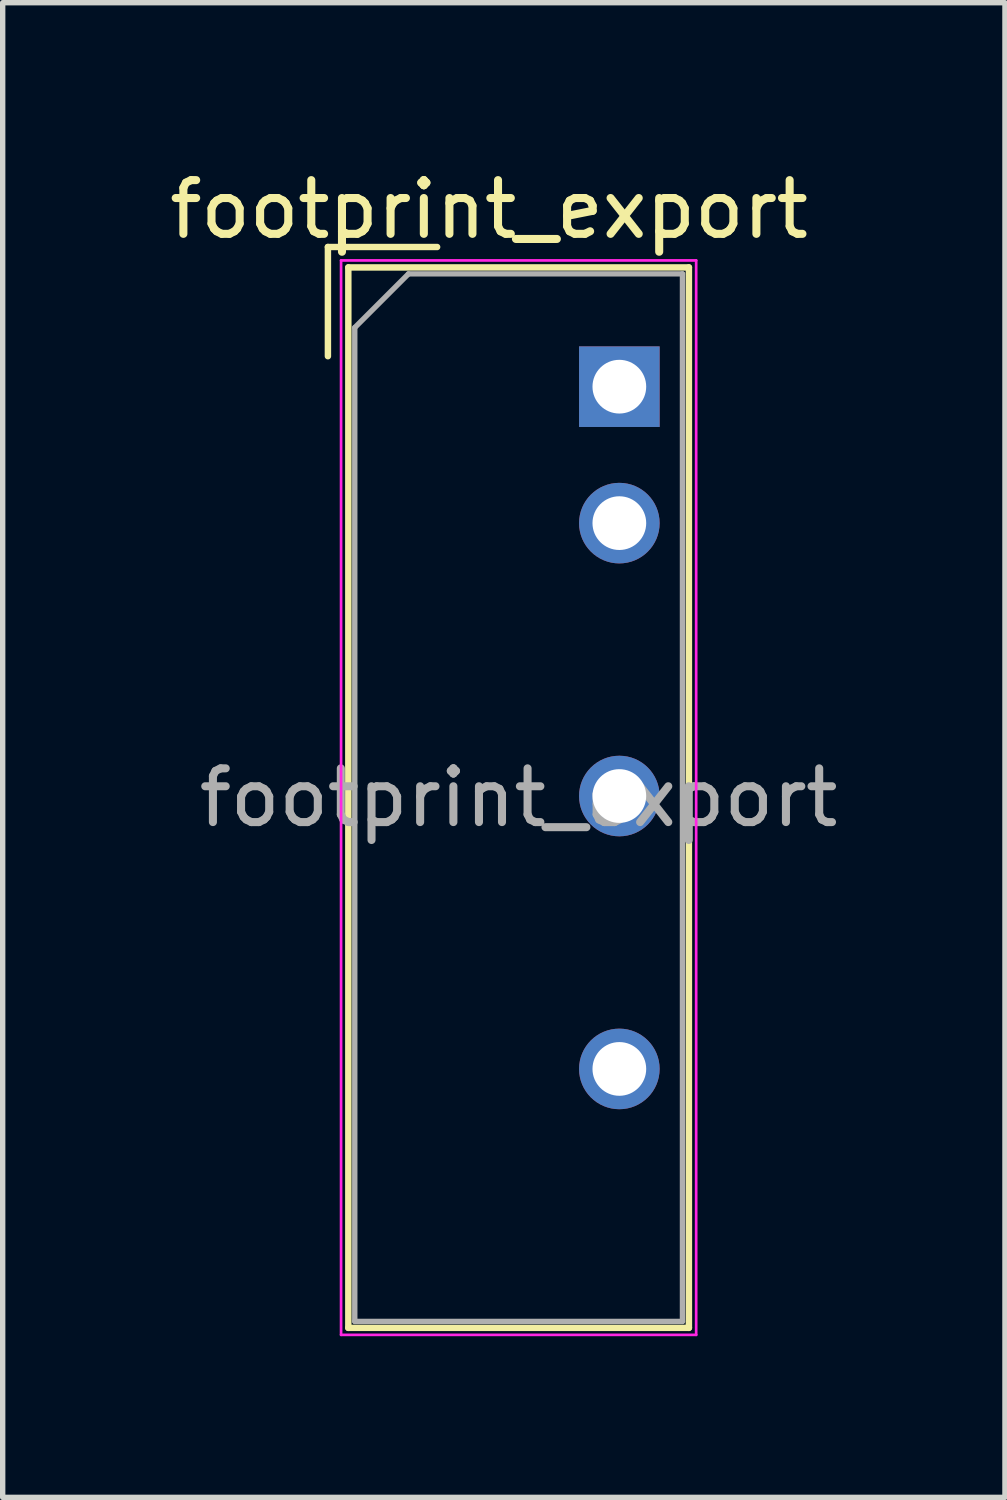
<source format=kicad_pcb>
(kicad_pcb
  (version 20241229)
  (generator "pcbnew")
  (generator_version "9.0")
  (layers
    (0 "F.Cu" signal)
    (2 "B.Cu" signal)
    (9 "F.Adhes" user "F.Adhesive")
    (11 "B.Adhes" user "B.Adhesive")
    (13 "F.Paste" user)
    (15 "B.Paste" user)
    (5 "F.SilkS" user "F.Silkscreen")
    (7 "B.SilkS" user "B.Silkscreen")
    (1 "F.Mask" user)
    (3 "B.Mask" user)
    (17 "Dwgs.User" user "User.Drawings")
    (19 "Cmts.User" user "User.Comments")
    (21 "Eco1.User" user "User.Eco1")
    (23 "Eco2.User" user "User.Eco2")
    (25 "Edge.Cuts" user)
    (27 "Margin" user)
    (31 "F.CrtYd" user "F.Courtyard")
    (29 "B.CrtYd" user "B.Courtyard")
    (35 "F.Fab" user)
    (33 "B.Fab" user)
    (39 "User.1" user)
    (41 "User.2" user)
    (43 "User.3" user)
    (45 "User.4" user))
  (footprint "footprint_export"
    (layer "F.Cu")
    (at 8.479 4.148)
    (property "Reference" "footprint_export" (at -2.425 -3.3 0) (layer "F.SilkS") (effects (font (size 1 1) (thickness 0.15))))
    (attr through_hole)
    (fp_line (start -5.425 -2.6) (end -3.392 -2.6) (stroke (width 0.12) (type solid)) (layer "F.SilkS"))
    (fp_line (start -5.425 -0.567) (end -5.425 -2.6) (stroke (width 0.12) (type solid)) (layer "F.SilkS"))
    (fp_line (start -5.045 -2.22) (end -5.045 17.52) (stroke (width 0.12) (type solid)) (layer "F.SilkS"))
    (fp_line (start -5.045 -2.22) (end 1.295 -2.22) (stroke (width 0.12) (type solid)) (layer "F.SilkS"))
    (fp_line (start -5.045 17.52) (end 1.295 17.52) (stroke (width 0.12) (type solid)) (layer "F.SilkS"))
    (fp_line (start 1.295 -2.22) (end 1.295 17.52) (stroke (width 0.12) (type solid)) (layer "F.SilkS"))
    (fp_line (start -5.18 -2.35) (end -5.18 17.65) (stroke (width 0.05) (type solid)) (layer "F.CrtYd"))
    (fp_line (start -5.18 -2.35) (end 1.43 -2.35) (stroke (width 0.05) (type solid)) (layer "F.CrtYd"))
    (fp_line (start -5.18 17.65) (end 1.43 17.65) (stroke (width 0.05) (type solid)) (layer "F.CrtYd"))
    (fp_line (start 1.43 -2.35) (end 1.43 17.65) (stroke (width 0.05) (type solid)) (layer "F.CrtYd"))
    (fp_line (start -4.925 -1.1) (end -3.925 -2.1) (stroke (width 0.1) (type solid)) (layer "F.Fab"))
    (fp_line (start -4.925 17.4) (end -4.925 -1.1) (stroke (width 0.1) (type solid)) (layer "F.Fab"))
    (fp_line (start -3.925 -2.1) (end 1.175 -2.1) (stroke (width 0.1) (type solid)) (layer "F.Fab"))
    (fp_line (start 1.175 -2.1) (end 1.175 17.4) (stroke (width 0.1) (type solid)) (layer "F.Fab"))
    (fp_line (start 1.175 17.4) (end -4.925 17.4) (stroke (width 0.1) (type solid)) (layer "F.Fab"))
    (fp_text user "${REFERENCE}" (at -1.875 7.65 0) (layer "F.Fab") (effects (font (size 1 1) (thickness 0.15))))
    (pad "1" thru_hole rect (at 0 0) (size 1.5 1.5) (drill 1) (layers "*.Cu" "*.Mask"))
    (pad "2" thru_hole circle (at 0 2.54) (size 1.5 1.5) (drill 1) (layers "*.Cu" "*.Mask"))
    (pad "4" thru_hole circle (at 0 7.62) (size 1.5 1.5) (drill 1) (layers "*.Cu" "*.Mask"))
    (pad "6" thru_hole circle (at 0 12.7) (size 1.5 1.5) (drill 1) (layers "*.Cu" "*.Mask")))
  (gr_rect
    (start -3 -3)
    (end 15.657 24.823)
    (stroke (width 0.1) (type default))
    (fill no)
    (layer "Edge.Cuts")))
</source>
